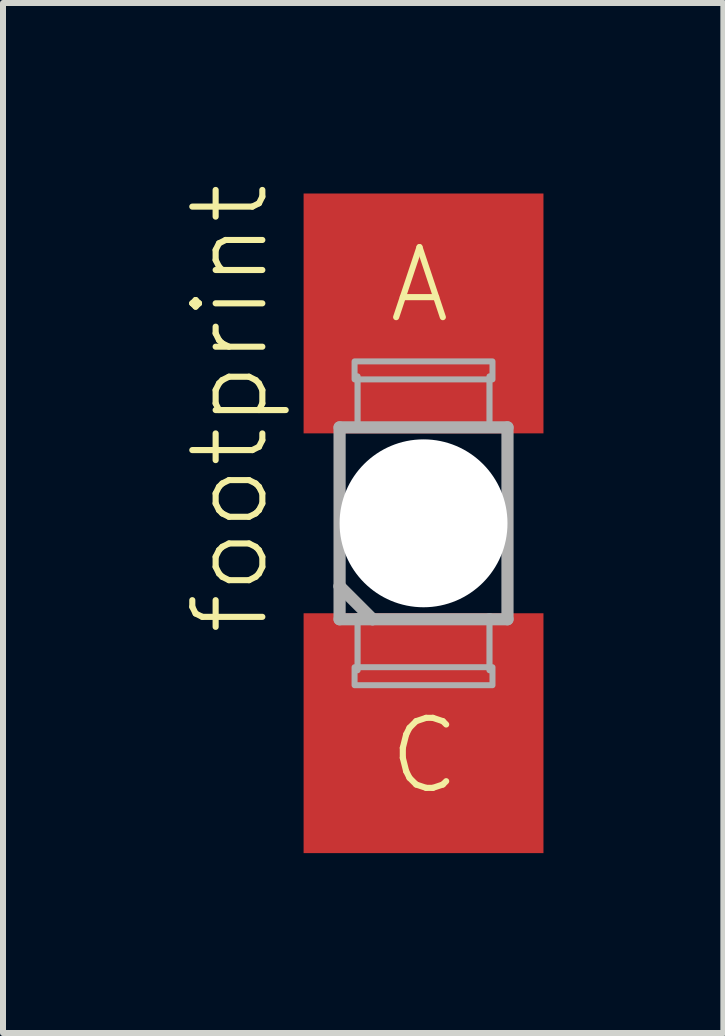
<source format=kicad_pcb>
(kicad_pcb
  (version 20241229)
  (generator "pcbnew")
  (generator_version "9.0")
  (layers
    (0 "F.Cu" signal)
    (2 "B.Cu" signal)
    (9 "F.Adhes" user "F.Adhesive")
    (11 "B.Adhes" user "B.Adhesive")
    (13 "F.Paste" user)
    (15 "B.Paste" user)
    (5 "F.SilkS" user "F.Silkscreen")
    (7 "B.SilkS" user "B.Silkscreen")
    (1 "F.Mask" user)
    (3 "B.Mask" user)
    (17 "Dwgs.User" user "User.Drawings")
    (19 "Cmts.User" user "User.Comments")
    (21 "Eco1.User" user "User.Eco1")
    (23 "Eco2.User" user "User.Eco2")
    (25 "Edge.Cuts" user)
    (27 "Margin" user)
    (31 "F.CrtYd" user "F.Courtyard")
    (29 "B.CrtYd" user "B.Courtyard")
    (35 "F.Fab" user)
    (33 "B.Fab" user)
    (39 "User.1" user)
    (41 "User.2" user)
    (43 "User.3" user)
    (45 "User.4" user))
  (footprint "footprint"
    (layer "F.Cu")
    (at 4.013 5.677)
    (property "Reference" "footprint" (at -2.54 1.905 90) (layer "F.SilkS") (effects (font (size 1.168 1.168) (thickness 0.102)) (justify left bottom)))
    (fp_poly (pts (xy -1.5 -1.5) (xy 1.5 -1.5) (xy 1.5 -3.2) (xy -1.5 -3.2)) (stroke (width 0) (type solid)) (fill yes) (layer "F.Mask"))
    (fp_poly (pts (xy -1.5 3.2) (xy 1.5 3.2) (xy 1.5 1.5) (xy -1.5 1.5)) (stroke (width 0) (type solid)) (fill yes) (layer "F.Mask"))
    (fp_circle (center 0 0) (end 1.1 0) (stroke (width 0.203) (type solid)) (fill no) (layer "F.SilkS"))
    (fp_poly (pts (xy -0.25 0.25) (xy 0.25 0.25) (xy 0.25 -0.25) (xy -0.25 -0.25)) (stroke (width 0) (type solid)) (fill yes) (layer "F.SilkS"))
    (fp_poly (pts (xy -1.3 -1.5) (xy 1.3 -1.5) (xy 1.3 -3) (xy -1.3 -3)) (stroke (width 0) (type solid)) (fill yes) (layer "F.Paste"))
    (fp_poly (pts (xy -1.3 3) (xy 1.3 3) (xy 1.3 1.5) (xy -1.3 1.5)) (stroke (width 0) (type solid)) (fill yes) (layer "F.Paste"))
    (fp_line (start -1.4 -1.6) (end -1.4 1.05) (stroke (width 0.203) (type solid)) (layer "F.Fab"))
    (fp_line (start -1.4 1.05) (end -1.4 1.6) (stroke (width 0.203) (type solid)) (layer "F.Fab"))
    (fp_line (start -1.4 1.6) (end -1.1 1.6) (stroke (width 0.203) (type solid)) (layer "F.Fab"))
    (fp_line (start -1.1 -1.6) (end -1.1 -2.45) (stroke (width 0.102) (type solid)) (layer "F.Fab"))
    (fp_line (start -1.1 1.6) (end -1.1 2.45) (stroke (width 0.102) (type solid)) (layer "F.Fab"))
    (fp_line (start -1.1 1.6) (end -0.85 1.6) (stroke (width 0.203) (type solid)) (layer "F.Fab"))
    (fp_line (start -0.85 1.6) (end -1.4 1.05) (stroke (width 0.203) (type solid)) (layer "F.Fab"))
    (fp_line (start -0.85 1.6) (end 1.1 1.6) (stroke (width 0.203) (type solid)) (layer "F.Fab"))
    (fp_line (start 1.1 -2.45) (end 1.1 -1.6) (stroke (width 0.102) (type solid)) (layer "F.Fab"))
    (fp_line (start 1.1 1.6) (end 1.4 1.6) (stroke (width 0.203) (type solid)) (layer "F.Fab"))
    (fp_line (start 1.1 2.45) (end 1.1 1.6) (stroke (width 0.102) (type solid)) (layer "F.Fab"))
    (fp_line (start 1.4 -1.6) (end -1.4 -1.6) (stroke (width 0.203) (type solid)) (layer "F.Fab"))
    (fp_line (start 1.4 1.6) (end 1.4 -1.6) (stroke (width 0.203) (type solid)) (layer "F.Fab"))
    (fp_poly (pts (xy -1.15 -2.4) (xy 1.15 -2.4) (xy 1.15 -2.7) (xy -1.15 -2.7)) (stroke (width 0.1) (type solid)) (fill no) (layer "F.Fab"))
    (fp_poly (pts (xy -1.15 2.7) (xy 1.15 2.7) (xy 1.15 2.4) (xy -1.15 2.4)) (stroke (width 0.1) (type solid)) (fill no) (layer "F.Fab"))
    (fp_text user "A" (at -0.635 -3.29 0) (layer "F.SilkS") (effects (font (size 1.168 1.168) (thickness 0.102)) (justify left bottom)))
    (fp_text user "C" (at -0.635 4.56 0) (layer "F.SilkS") (effects (font (size 1.168 1.168) (thickness 0.102)) (justify left bottom)))
    (pad "" np_thru_hole circle (at 0 0) (size 2.8 2.8) (drill 2.8) (layers "*.Cu" "*.Mask"))
    (pad "A" smd rect (at 0 -3.5) (size 4 4) (layers "F.Cu"))
    (pad "C" smd rect (at 0 3.5) (size 4 4) (layers "F.Cu")))
  (gr_rect
    (start -3 -3)
    (end 9.013 14.177)
    (stroke (width 0.1) (type default))
    (fill no)
    (layer "Edge.Cuts")))
</source>
